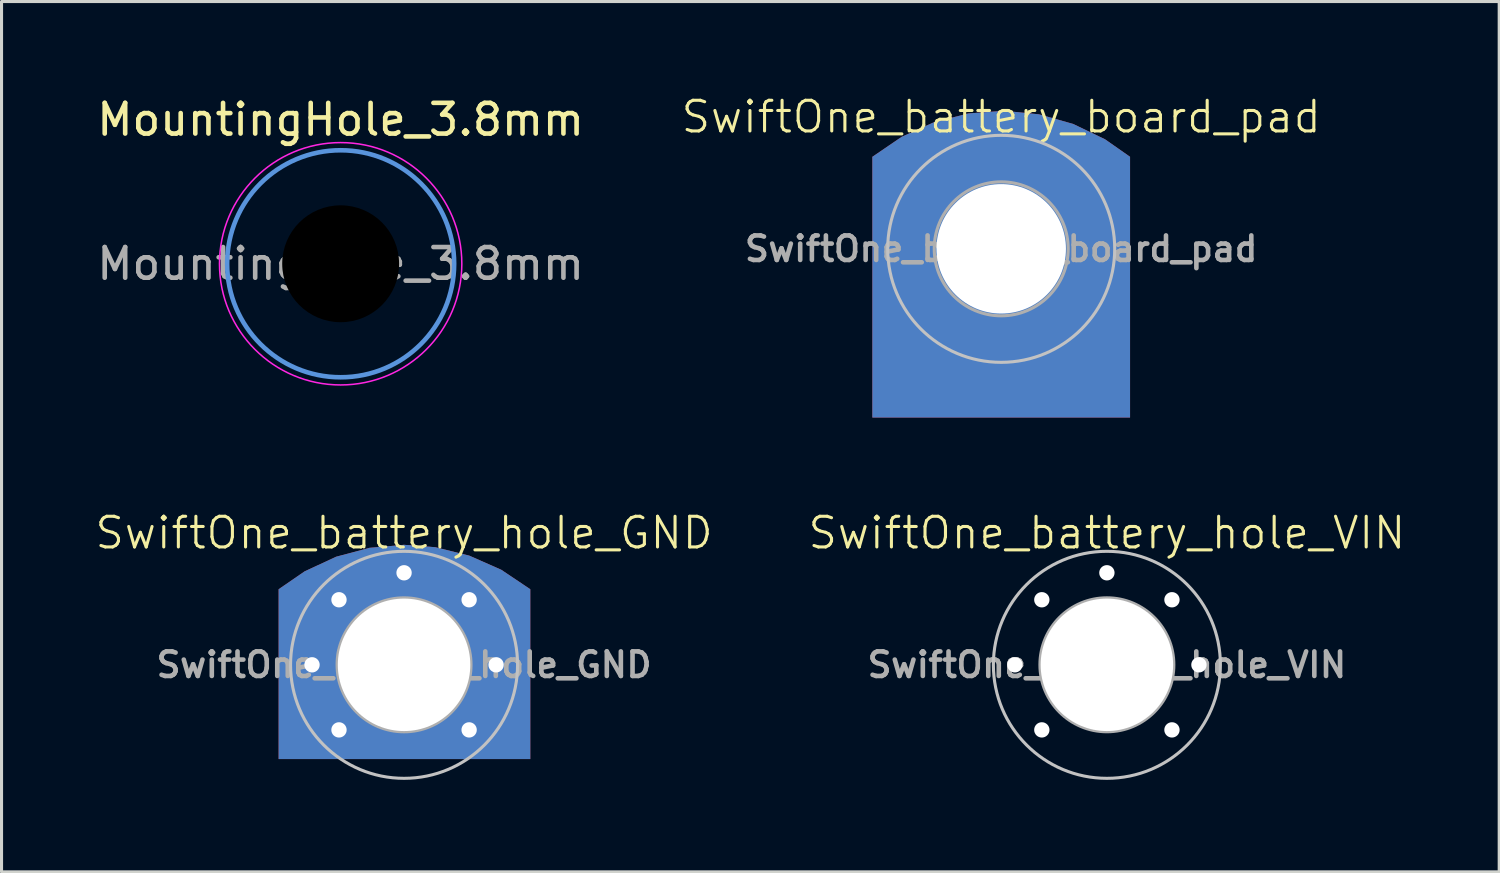
<source format=kicad_pcb>
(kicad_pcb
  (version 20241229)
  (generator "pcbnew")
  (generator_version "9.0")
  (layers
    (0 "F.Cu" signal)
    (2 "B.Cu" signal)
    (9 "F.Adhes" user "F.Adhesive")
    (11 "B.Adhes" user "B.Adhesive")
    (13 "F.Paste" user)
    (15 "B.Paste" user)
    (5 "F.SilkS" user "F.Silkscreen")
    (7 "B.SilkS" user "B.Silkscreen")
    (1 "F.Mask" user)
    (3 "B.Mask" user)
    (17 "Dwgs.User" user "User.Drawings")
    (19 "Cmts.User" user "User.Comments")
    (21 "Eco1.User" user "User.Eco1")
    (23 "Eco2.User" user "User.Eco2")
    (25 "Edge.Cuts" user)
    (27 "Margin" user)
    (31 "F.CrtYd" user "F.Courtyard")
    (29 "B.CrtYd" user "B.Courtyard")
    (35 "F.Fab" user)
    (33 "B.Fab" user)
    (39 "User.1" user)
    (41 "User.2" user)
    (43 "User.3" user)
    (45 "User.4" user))
  (footprint "SwiftOne_battery_hole_VIN"
    (layer "F.Cu")
    (at 33.031 18.621)
    (property "Reference" "SwiftOne_battery_hole_VIN" (at 0 -4.3 0) (unlocked yes) (layer "F.SilkS") (effects (font (size 1 1) (thickness 0.1))))
    (attr through_hole)
    (fp_circle (center 0 0) (end -3.7 0) (stroke (width 0.1) (type default)) (fill no) (layer "Dwgs.User"))
    (fp_circle (center 0 -0.001) (end 0 -2.184) (stroke (width 0.1) (type default)) (fill no) (layer "F.Fab"))
    (fp_text user "${REFERENCE}" (at 0 0 0) (unlocked yes) (layer "F.Fab") (effects (font (size 0.8 0.8) (thickness 0.15))))
    (pad "1" thru_hole circle (at -3 0 90) (size 0.8 0.8) (drill 0.5) (layers "*.Cu" "*.Mask") (remove_unused_layers yes) (zone_layer_connections))
    (pad "1" thru_hole circle (at -2.121 -2.121 45) (size 0.8 0.8) (drill 0.5) (layers "*.Cu" "*.Mask") (remove_unused_layers yes) (zone_layer_connections))
    (pad "1" thru_hole circle (at -2.121 2.121 135) (size 0.8 0.8) (drill 0.5) (layers "*.Cu" "*.Mask") (remove_unused_layers yes) (zone_layer_connections))
    (pad "1" thru_hole circle (at 0 -3) (size 0.8 0.8) (drill 0.5) (layers "*.Cu" "*.Mask") (remove_unused_layers yes) (zone_layer_connections))
    (pad "1" thru_hole custom (at 0 0) (size 5 5) (drill 4.318) (layers "*.Cu" "*.Mask") (remove_unused_layers yes) (zone_layer_connections) (options (anchor circle)) (primitives (gr_poly (pts (xy 1.018 -3.834) (xy 2.125 -3.56) (xy 3.168 -3.099) (xy 4.115 -2.464) (xy 4.115 3.073) (xy -4.089 3.073) (xy -4.089 -2.464) (xy -3.241 -3.047) (xy -2.217 -3.523) (xy -1.125 -3.814) (xy 0 -3.912)) (width 0) (fill yes))))
    (pad "1" thru_hole circle (at 2.121 -2.121 315) (size 0.8 0.8) (drill 0.5) (layers "*.Cu" "*.Mask") (remove_unused_layers yes) (zone_layer_connections))
    (pad "1" thru_hole circle (at 2.121 2.121 225) (size 0.8 0.8) (drill 0.5) (layers "*.Cu" "*.Mask") (remove_unused_layers yes) (zone_layer_connections))
    (pad "1" thru_hole circle (at 3 0 270) (size 0.8 0.8) (drill 0.5) (layers "*.Cu" "*.Mask") (remove_unused_layers yes) (zone_layer_connections)))
  (footprint "MountingHole_3.8mm"
    (layer "F.Cu")
    (at 8.054 5.548)
    (property "Reference" "MountingHole_3.8mm" (at 0 -4.7 0) (layer "F.SilkS") (effects (font (size 1 1) (thickness 0.15))))
    (attr exclude_from_pos_files exclude_from_bom)
    (fp_circle (center 0 0) (end 3.7 0) (stroke (width 0.15) (type solid)) (fill no) (layer "Cmts.User"))
    (fp_circle (center 0 0) (end 3.95 0) (stroke (width 0.05) (type solid)) (fill no) (layer "F.CrtYd"))
    (fp_text user "${REFERENCE}" (at 0 0 0) (layer "F.Fab") (effects (font (size 1 1) (thickness 0.15))))
    (pad "" np_thru_hole circle (at 0 0) (size 3.81 3.81) (drill 3.81) (layers "*.Mask")))
  (footprint "SwiftOne_battery_board_pad"
    (layer "F.Cu")
    (at 29.586 5.061)
    (property "Reference" "SwiftOne_battery_board_pad" (at 0 -4.3 0) (unlocked yes) (layer "F.SilkS") (effects (font (size 1 1) (thickness 0.1))))
    (attr through_hole)
    (fp_circle (center 0 0) (end -3.7 0) (stroke (width 0.1) (type default)) (fill no) (layer "Dwgs.User"))
    (fp_circle (center 0 0) (end 0 -2.183) (stroke (width 0.1) (type default)) (fill no) (layer "F.Fab"))
    (fp_text user "${REFERENCE}" (at 0 0 0) (unlocked yes) (layer "F.Fab") (effects (font (size 0.8 0.8) (thickness 0.15))))
    (pad "1" thru_hole custom (at 0 0) (size 5 5) (drill 4.22) (layers "*.Cu" "*.Mask") (options (anchor circle)) (primitives (gr_poly (pts (xy 1.018 -3.834) (xy 2.125 -3.56) (xy 3.168 -3.099) (xy 4.115 -2.464) (xy 4.115 3.073) (xy -4.089 3.073) (xy -4.089 -2.464) (xy -3.241 -3.047) (xy -2.217 -3.523) (xy -1.125 -3.814) (xy 0 -3.912)) (width 0) (fill yes)) (gr_poly (pts (xy -1.072 -4.413) (xy -2.192 -4.127) (xy -3.245 -3.651) (xy -4.2 -3) (xy -4.2 5.5) (xy 4.2 5.5) (xy 4.2 -3) (xy 3.384 -3.571) (xy 2.343 -4.072) (xy 1.23 -4.385) (xy 0.08 -4.5)) (width 0) (fill yes)))))
  (footprint "SwiftOne_battery_hole_GND"
    (layer "F.Cu")
    (at 10.121 18.621)
    (property "Reference" "SwiftOne_battery_hole_GND" (at 0 -4.3 0) (unlocked yes) (layer "F.SilkS") (effects (font (size 1 1) (thickness 0.1))))
    (attr through_hole)
    (fp_circle (center 0 0) (end -3.7 0) (stroke (width 0.1) (type default)) (fill no) (layer "Dwgs.User"))
    (fp_circle (center 0 0) (end 0 -2.183) (stroke (width 0.1) (type default)) (fill no) (layer "F.Fab"))
    (fp_text user "${REFERENCE}" (at 0 0 0) (unlocked yes) (layer "F.Fab") (effects (font (size 0.8 0.8) (thickness 0.15))))
    (pad "1" thru_hole circle (at -3 0 90) (size 0.8 0.8) (drill 0.5) (layers "*.Cu" "*.Mask") (remove_unused_layers yes) (keep_end_layers yes) (zone_layer_connections))
    (pad "1" thru_hole circle (at -2.121 -2.121 45) (size 0.8 0.8) (drill 0.5) (layers "*.Cu" "*.Mask") (remove_unused_layers yes) (keep_end_layers yes) (zone_layer_connections))
    (pad "1" thru_hole circle (at -2.121 2.121 135) (size 0.8 0.8) (drill 0.5) (layers "*.Cu" "*.Mask") (remove_unused_layers yes) (keep_end_layers yes) (zone_layer_connections))
    (pad "1" thru_hole circle (at 0 -3) (size 0.8 0.8) (drill 0.5) (layers "*.Cu" "*.Mask") (remove_unused_layers yes) (keep_end_layers yes) (zone_layer_connections))
    (pad "1" thru_hole custom (at 0 0) (size 5 5) (drill 4.318) (layers "*.Cu" "*.Mask") (remove_unused_layers yes) (keep_end_layers yes) (zone_layer_connections) (options (anchor circle)) (primitives (gr_poly (pts (xy 1.018 -3.834) (xy 2.125 -3.56) (xy 3.168 -3.099) (xy 4.115 -2.464) (xy 4.115 3.073) (xy -4.089 3.073) (xy -4.089 -2.464) (xy -3.241 -3.047) (xy -2.217 -3.523) (xy -1.125 -3.814) (xy 0 -3.912)) (width 0) (fill yes))))
    (pad "1" thru_hole circle (at 2.121 -2.121 315) (size 0.8 0.8) (drill 0.5) (layers "*.Cu" "*.Mask") (remove_unused_layers yes) (keep_end_layers yes) (zone_layer_connections))
    (pad "1" thru_hole circle (at 2.121 2.121 225) (size 0.8 0.8) (drill 0.5) (layers "*.Cu" "*.Mask") (remove_unused_layers yes) (keep_end_layers yes) (zone_layer_connections))
    (pad "1" thru_hole circle (at 3 0 270) (size 0.8 0.8) (drill 0.5) (layers "*.Cu" "*.Mask") (remove_unused_layers yes) (keep_end_layers yes) (zone_layer_connections)))
  (gr_rect
    (start -3 -3)
    (end 45.819 25.371)
    (stroke (width 0.1) (type default))
    (fill no)
    (layer "Edge.Cuts")))
</source>
